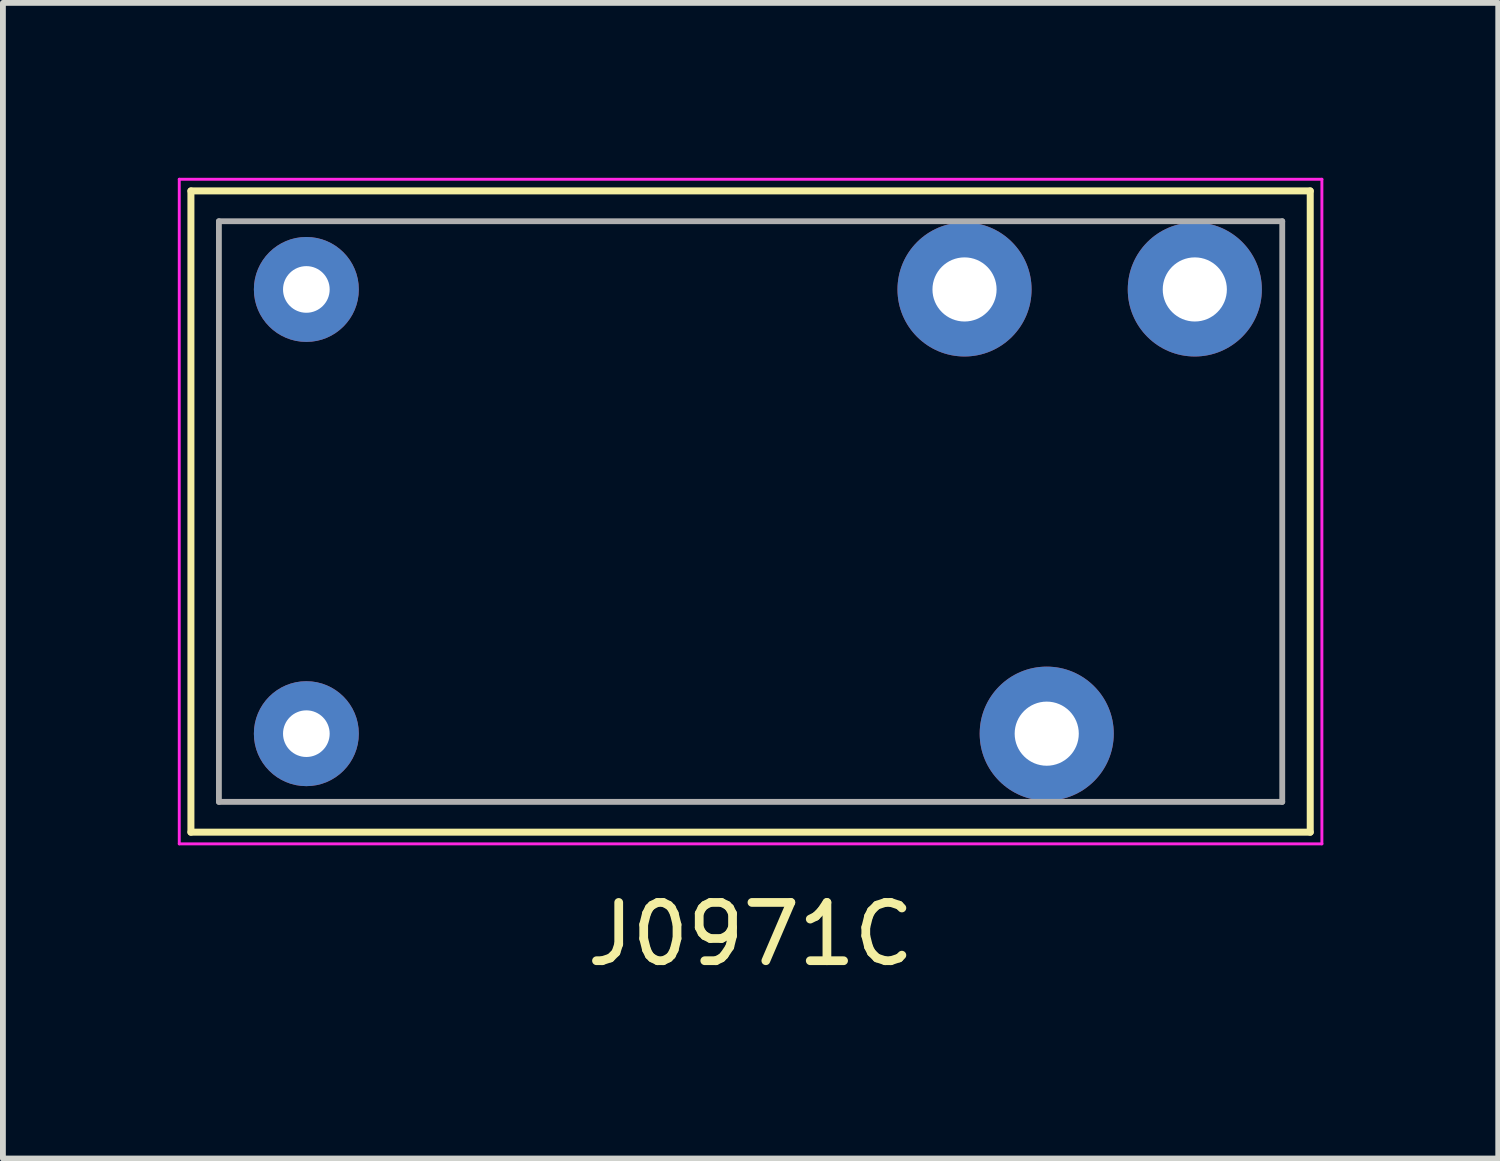
<source format=kicad_pcb>
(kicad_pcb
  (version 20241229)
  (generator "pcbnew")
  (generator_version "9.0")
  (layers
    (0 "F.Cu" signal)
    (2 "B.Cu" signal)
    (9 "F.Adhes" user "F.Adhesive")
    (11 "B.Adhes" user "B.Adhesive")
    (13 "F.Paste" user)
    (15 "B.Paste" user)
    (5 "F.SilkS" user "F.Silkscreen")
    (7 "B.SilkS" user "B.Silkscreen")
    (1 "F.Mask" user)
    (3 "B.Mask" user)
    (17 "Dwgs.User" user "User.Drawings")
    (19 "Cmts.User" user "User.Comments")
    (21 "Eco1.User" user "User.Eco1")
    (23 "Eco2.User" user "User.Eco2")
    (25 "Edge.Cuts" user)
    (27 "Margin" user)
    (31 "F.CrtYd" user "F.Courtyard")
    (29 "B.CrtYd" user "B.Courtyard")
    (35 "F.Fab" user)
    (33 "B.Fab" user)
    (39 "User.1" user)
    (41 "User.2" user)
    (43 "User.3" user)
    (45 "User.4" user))
  (footprint "J0971C"
    (layer "F.Cu")
    (at 9.825 5.725)
    (property "Reference" "J0971C" (at 0 7.25 0) (unlocked yes) (layer "F.SilkS") (effects (font (size 1 1) (thickness 0.15))))
    (attr through_hole)
    (fp_line (start -9.6 -5.5) (end 9.6 -5.5) (stroke (width 0.12) (type solid)) (layer "F.SilkS"))
    (fp_line (start -9.6 5.5) (end -9.6 -5.5) (stroke (width 0.12) (type solid)) (layer "F.SilkS"))
    (fp_line (start 9.6 -5.5) (end 9.6 5.5) (stroke (width 0.12) (type solid)) (layer "F.SilkS"))
    (fp_line (start 9.6 5.5) (end -9.6 5.5) (stroke (width 0.12) (type solid)) (layer "F.SilkS"))
    (fp_line (start -9.8 -5.7) (end 9.8 -5.7) (stroke (width 0.05) (type solid)) (layer "F.CrtYd"))
    (fp_line (start -9.8 5.7) (end -9.8 -5.7) (stroke (width 0.05) (type solid)) (layer "F.CrtYd"))
    (fp_line (start 9.8 -5.7) (end 9.8 5.7) (stroke (width 0.05) (type solid)) (layer "F.CrtYd"))
    (fp_line (start 9.8 5.7) (end -9.8 5.7) (stroke (width 0.05) (type solid)) (layer "F.CrtYd"))
    (fp_line (start -9.12 -4.98) (end -9.12 4.98) (stroke (width 0.1) (type solid)) (layer "F.Fab"))
    (fp_line (start -9.12 -4.98) (end 9.12 -4.98) (stroke (width 0.1) (type solid)) (layer "F.Fab"))
    (fp_line (start 9.12 -4.98) (end 9.12 4.98) (stroke (width 0.1) (type solid)) (layer "F.Fab"))
    (fp_line (start 9.12 4.98) (end -9.12 4.98) (stroke (width 0.1) (type solid)) (layer "F.Fab"))
    (pad "1" thru_hole circle (at -7.62 -3.81) (size 1.8 1.8) (drill 0.8) (layers "*.Cu" "*.Mask"))
    (pad "2" thru_hole circle (at 5.08 3.81) (size 2.3 2.3) (drill 1.1) (layers "*.Cu" "*.Mask"))
    (pad "3" thru_hole circle (at 7.62 -3.81) (size 2.3 2.3) (drill 1.1) (layers "*.Cu" "*.Mask"))
    (pad "4" thru_hole circle (at 3.67 -3.81) (size 2.3 2.3) (drill 1.1) (layers "*.Cu" "*.Mask"))
    (pad "5" thru_hole circle (at -7.62 3.81) (size 1.8 1.8) (drill 0.8) (layers "*.Cu" "*.Mask")))
  (gr_rect
    (start -3 -3)
    (end 22.65 16.823)
    (stroke (width 0.1) (type default))
    (fill no)
    (layer "Edge.Cuts")))
</source>
